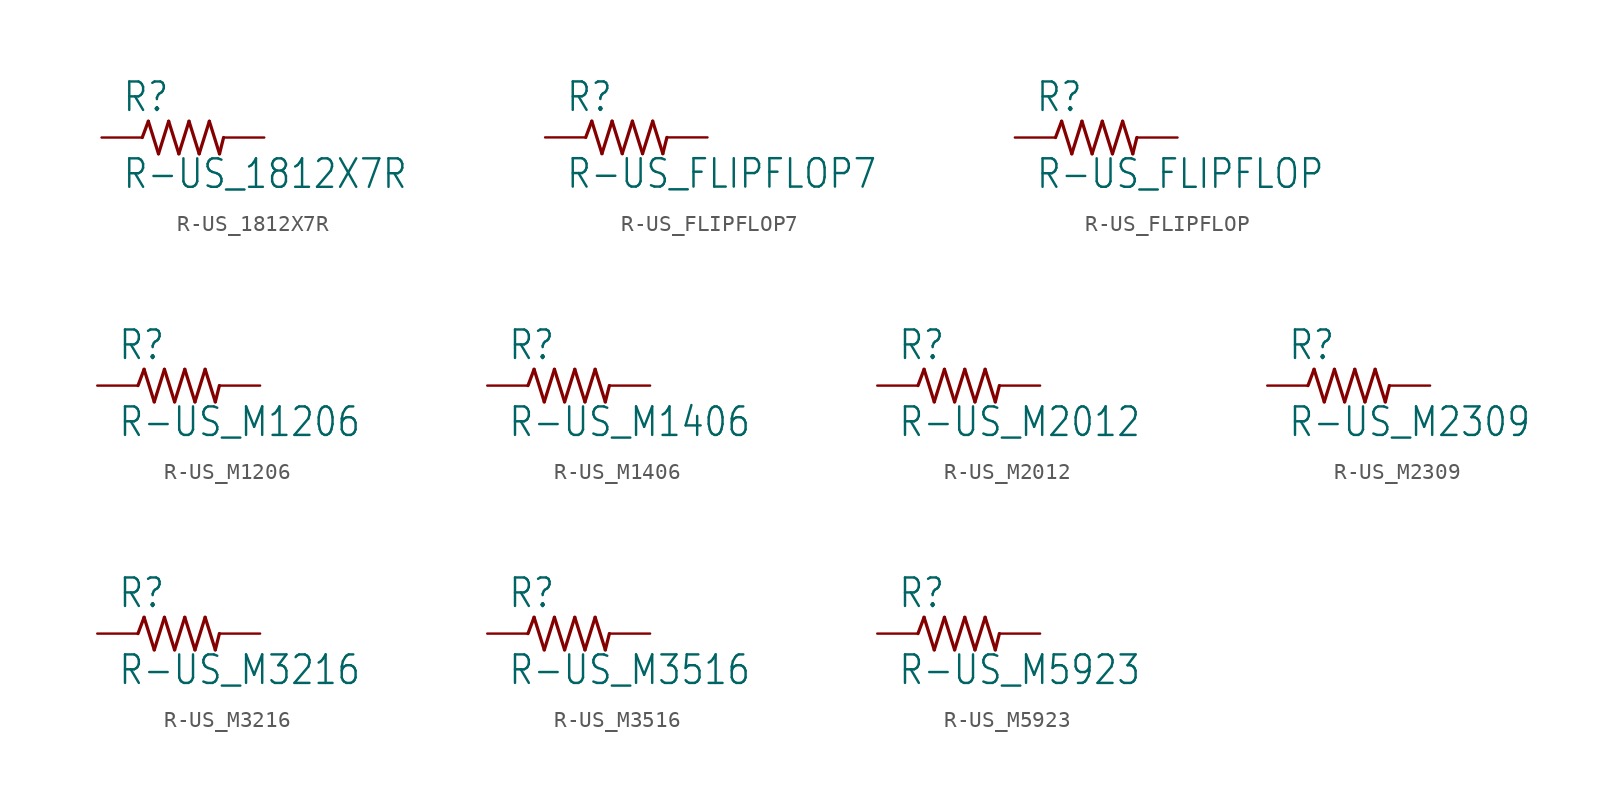
<source format=kicad_sym>
(kicad_symbol_lib
  (version 20220331)
  (generator kicad_symbol_editor)
  (symbol "R-US_1812X7R"
    (property "Reference" "R"
      (at -3.81 1.499 0)
      (effects (font (size 1.778 1.511)) (justify left bottom)))
    (property "Value" "R-US_1812X7R"
      (at -3.81 -3.302 0)
      (effects (font (size 1.778 1.511)) (justify left bottom)))
    (property "ki_locked" ""
      (at 0 0 0)
      (effects (font (size 1.27 1.27))))
    (symbol "R-US_1812X7R_1_0"
      (polyline (pts (xy -2.54 0) (xy -2.159 1.016)) (stroke (width 0.203) (type solid)) (fill (type none)))
      (polyline (pts (xy -2.159 1.016) (xy -1.524 -1.016)) (stroke (width 0.203) (type solid)) (fill (type none)))
      (polyline (pts (xy -1.524 -1.016) (xy -0.889 1.016)) (stroke (width 0.203) (type solid)) (fill (type none)))
      (polyline (pts (xy -0.889 1.016) (xy -0.254 -1.016)) (stroke (width 0.203) (type solid)) (fill (type none)))
      (polyline (pts (xy -0.254 -1.016) (xy 0.381 1.016)) (stroke (width 0.203) (type solid)) (fill (type none)))
      (polyline (pts (xy 0.381 1.016) (xy 1.016 -1.016)) (stroke (width 0.203) (type solid)) (fill (type none)))
      (polyline (pts (xy 1.016 -1.016) (xy 1.651 1.016)) (stroke (width 0.203) (type solid)) (fill (type none)))
      (polyline (pts (xy 1.651 1.016) (xy 2.286 -1.016)) (stroke (width 0.203) (type solid)) (fill (type none)))
      (polyline (pts (xy 2.286 -1.016) (xy 2.54 0)) (stroke (width 0.203) (type solid)) (fill (type none)))
      (pin passive line (at -5.08 0 0) (length 2.54) (name "1" (effects (font (size 0 0)))) (number "1" (effects (font (size 0 0)))))
      (pin passive line (at 5.08 0 180) (length 2.54) (name "2" (effects (font (size 0 0)))) (number "2" (effects (font (size 0 0)))))))
  (symbol "R-US_FLIPFLOP7"
    (property "Reference" "R"
      (at -3.81 1.499 0)
      (effects (font (size 1.778 1.511)) (justify left bottom)))
    (property "Value" "R-US_FLIPFLOP7"
      (at -3.81 -3.302 0)
      (effects (font (size 1.778 1.511)) (justify left bottom)))
    (property "ki_locked" ""
      (at 0 0 0)
      (effects (font (size 1.27 1.27))))
    (symbol "R-US_FLIPFLOP7_1_0"
      (polyline (pts (xy -2.54 0) (xy -2.159 1.016)) (stroke (width 0.203) (type solid)) (fill (type none)))
      (polyline (pts (xy -2.159 1.016) (xy -1.524 -1.016)) (stroke (width 0.203) (type solid)) (fill (type none)))
      (polyline (pts (xy -1.524 -1.016) (xy -0.889 1.016)) (stroke (width 0.203) (type solid)) (fill (type none)))
      (polyline (pts (xy -0.889 1.016) (xy -0.254 -1.016)) (stroke (width 0.203) (type solid)) (fill (type none)))
      (polyline (pts (xy -0.254 -1.016) (xy 0.381 1.016)) (stroke (width 0.203) (type solid)) (fill (type none)))
      (polyline (pts (xy 0.381 1.016) (xy 1.016 -1.016)) (stroke (width 0.203) (type solid)) (fill (type none)))
      (polyline (pts (xy 1.016 -1.016) (xy 1.651 1.016)) (stroke (width 0.203) (type solid)) (fill (type none)))
      (polyline (pts (xy 1.651 1.016) (xy 2.286 -1.016)) (stroke (width 0.203) (type solid)) (fill (type none)))
      (polyline (pts (xy 2.286 -1.016) (xy 2.54 0)) (stroke (width 0.203) (type solid)) (fill (type none)))
      (pin passive line (at -5.08 0 0) (length 2.54) (name "1" (effects (font (size 0 0)))) (number "1" (effects (font (size 0 0)))))
      (pin passive line (at 5.08 0 180) (length 2.54) (name "2" (effects (font (size 0 0)))) (number "2" (effects (font (size 0 0)))))))
  (symbol "R-US_FLIPFLOP"
    (property "Reference" "R"
      (at -3.81 1.499 0)
      (effects (font (size 1.778 1.511)) (justify left bottom)))
    (property "Value" "R-US_FLIPFLOP"
      (at -3.81 -3.302 0)
      (effects (font (size 1.778 1.511)) (justify left bottom)))
    (property "ki_locked" ""
      (at 0 0 0)
      (effects (font (size 1.27 1.27))))
    (symbol "R-US_FLIPFLOP_1_0"
      (polyline (pts (xy -2.54 0) (xy -2.159 1.016)) (stroke (width 0.203) (type solid)) (fill (type none)))
      (polyline (pts (xy -2.159 1.016) (xy -1.524 -1.016)) (stroke (width 0.203) (type solid)) (fill (type none)))
      (polyline (pts (xy -1.524 -1.016) (xy -0.889 1.016)) (stroke (width 0.203) (type solid)) (fill (type none)))
      (polyline (pts (xy -0.889 1.016) (xy -0.254 -1.016)) (stroke (width 0.203) (type solid)) (fill (type none)))
      (polyline (pts (xy -0.254 -1.016) (xy 0.381 1.016)) (stroke (width 0.203) (type solid)) (fill (type none)))
      (polyline (pts (xy 0.381 1.016) (xy 1.016 -1.016)) (stroke (width 0.203) (type solid)) (fill (type none)))
      (polyline (pts (xy 1.016 -1.016) (xy 1.651 1.016)) (stroke (width 0.203) (type solid)) (fill (type none)))
      (polyline (pts (xy 1.651 1.016) (xy 2.286 -1.016)) (stroke (width 0.203) (type solid)) (fill (type none)))
      (polyline (pts (xy 2.286 -1.016) (xy 2.54 0)) (stroke (width 0.203) (type solid)) (fill (type none)))
      (pin passive line (at -5.08 0 0) (length 2.54) (name "1" (effects (font (size 0 0)))) (number "1" (effects (font (size 0 0)))))
      (pin passive line (at 5.08 0 180) (length 2.54) (name "2" (effects (font (size 0 0)))) (number "2" (effects (font (size 0 0)))))))
  (symbol "R-US_M1206"
    (property "Reference" "R"
      (at -3.81 1.499 0)
      (effects (font (size 1.778 1.511)) (justify left bottom)))
    (property "Value" "R-US_M1206"
      (at -3.81 -3.302 0)
      (effects (font (size 1.778 1.511)) (justify left bottom)))
    (property "ki_locked" ""
      (at 0 0 0)
      (effects (font (size 1.27 1.27))))
    (symbol "R-US_M1206_1_0"
      (polyline (pts (xy -2.54 0) (xy -2.159 1.016)) (stroke (width 0.203) (type solid)) (fill (type none)))
      (polyline (pts (xy -2.159 1.016) (xy -1.524 -1.016)) (stroke (width 0.203) (type solid)) (fill (type none)))
      (polyline (pts (xy -1.524 -1.016) (xy -0.889 1.016)) (stroke (width 0.203) (type solid)) (fill (type none)))
      (polyline (pts (xy -0.889 1.016) (xy -0.254 -1.016)) (stroke (width 0.203) (type solid)) (fill (type none)))
      (polyline (pts (xy -0.254 -1.016) (xy 0.381 1.016)) (stroke (width 0.203) (type solid)) (fill (type none)))
      (polyline (pts (xy 0.381 1.016) (xy 1.016 -1.016)) (stroke (width 0.203) (type solid)) (fill (type none)))
      (polyline (pts (xy 1.016 -1.016) (xy 1.651 1.016)) (stroke (width 0.203) (type solid)) (fill (type none)))
      (polyline (pts (xy 1.651 1.016) (xy 2.286 -1.016)) (stroke (width 0.203) (type solid)) (fill (type none)))
      (polyline (pts (xy 2.286 -1.016) (xy 2.54 0)) (stroke (width 0.203) (type solid)) (fill (type none)))
      (pin passive line (at -5.08 0 0) (length 2.54) (name "1" (effects (font (size 0 0)))) (number "1" (effects (font (size 0 0)))))
      (pin passive line (at 5.08 0 180) (length 2.54) (name "2" (effects (font (size 0 0)))) (number "2" (effects (font (size 0 0)))))))
  (symbol "R-US_M1406"
    (property "Reference" "R"
      (at -3.81 1.499 0)
      (effects (font (size 1.778 1.511)) (justify left bottom)))
    (property "Value" "R-US_M1406"
      (at -3.81 -3.302 0)
      (effects (font (size 1.778 1.511)) (justify left bottom)))
    (property "ki_locked" ""
      (at 0 0 0)
      (effects (font (size 1.27 1.27))))
    (symbol "R-US_M1406_1_0"
      (polyline (pts (xy -2.54 0) (xy -2.159 1.016)) (stroke (width 0.203) (type solid)) (fill (type none)))
      (polyline (pts (xy -2.159 1.016) (xy -1.524 -1.016)) (stroke (width 0.203) (type solid)) (fill (type none)))
      (polyline (pts (xy -1.524 -1.016) (xy -0.889 1.016)) (stroke (width 0.203) (type solid)) (fill (type none)))
      (polyline (pts (xy -0.889 1.016) (xy -0.254 -1.016)) (stroke (width 0.203) (type solid)) (fill (type none)))
      (polyline (pts (xy -0.254 -1.016) (xy 0.381 1.016)) (stroke (width 0.203) (type solid)) (fill (type none)))
      (polyline (pts (xy 0.381 1.016) (xy 1.016 -1.016)) (stroke (width 0.203) (type solid)) (fill (type none)))
      (polyline (pts (xy 1.016 -1.016) (xy 1.651 1.016)) (stroke (width 0.203) (type solid)) (fill (type none)))
      (polyline (pts (xy 1.651 1.016) (xy 2.286 -1.016)) (stroke (width 0.203) (type solid)) (fill (type none)))
      (polyline (pts (xy 2.286 -1.016) (xy 2.54 0)) (stroke (width 0.203) (type solid)) (fill (type none)))
      (pin passive line (at -5.08 0 0) (length 2.54) (name "1" (effects (font (size 0 0)))) (number "1" (effects (font (size 0 0)))))
      (pin passive line (at 5.08 0 180) (length 2.54) (name "2" (effects (font (size 0 0)))) (number "2" (effects (font (size 0 0)))))))
  (symbol "R-US_M2012"
    (property "Reference" "R"
      (at -3.81 1.499 0)
      (effects (font (size 1.778 1.511)) (justify left bottom)))
    (property "Value" "R-US_M2012"
      (at -3.81 -3.302 0)
      (effects (font (size 1.778 1.511)) (justify left bottom)))
    (property "ki_locked" ""
      (at 0 0 0)
      (effects (font (size 1.27 1.27))))
    (symbol "R-US_M2012_1_0"
      (polyline (pts (xy -2.54 0) (xy -2.159 1.016)) (stroke (width 0.203) (type solid)) (fill (type none)))
      (polyline (pts (xy -2.159 1.016) (xy -1.524 -1.016)) (stroke (width 0.203) (type solid)) (fill (type none)))
      (polyline (pts (xy -1.524 -1.016) (xy -0.889 1.016)) (stroke (width 0.203) (type solid)) (fill (type none)))
      (polyline (pts (xy -0.889 1.016) (xy -0.254 -1.016)) (stroke (width 0.203) (type solid)) (fill (type none)))
      (polyline (pts (xy -0.254 -1.016) (xy 0.381 1.016)) (stroke (width 0.203) (type solid)) (fill (type none)))
      (polyline (pts (xy 0.381 1.016) (xy 1.016 -1.016)) (stroke (width 0.203) (type solid)) (fill (type none)))
      (polyline (pts (xy 1.016 -1.016) (xy 1.651 1.016)) (stroke (width 0.203) (type solid)) (fill (type none)))
      (polyline (pts (xy 1.651 1.016) (xy 2.286 -1.016)) (stroke (width 0.203) (type solid)) (fill (type none)))
      (polyline (pts (xy 2.286 -1.016) (xy 2.54 0)) (stroke (width 0.203) (type solid)) (fill (type none)))
      (pin passive line (at -5.08 0 0) (length 2.54) (name "1" (effects (font (size 0 0)))) (number "1" (effects (font (size 0 0)))))
      (pin passive line (at 5.08 0 180) (length 2.54) (name "2" (effects (font (size 0 0)))) (number "2" (effects (font (size 0 0)))))))
  (symbol "R-US_M2309"
    (property "Reference" "R"
      (at -3.81 1.499 0)
      (effects (font (size 1.778 1.511)) (justify left bottom)))
    (property "Value" "R-US_M2309"
      (at -3.81 -3.302 0)
      (effects (font (size 1.778 1.511)) (justify left bottom)))
    (property "ki_locked" ""
      (at 0 0 0)
      (effects (font (size 1.27 1.27))))
    (symbol "R-US_M2309_1_0"
      (polyline (pts (xy -2.54 0) (xy -2.159 1.016)) (stroke (width 0.203) (type solid)) (fill (type none)))
      (polyline (pts (xy -2.159 1.016) (xy -1.524 -1.016)) (stroke (width 0.203) (type solid)) (fill (type none)))
      (polyline (pts (xy -1.524 -1.016) (xy -0.889 1.016)) (stroke (width 0.203) (type solid)) (fill (type none)))
      (polyline (pts (xy -0.889 1.016) (xy -0.254 -1.016)) (stroke (width 0.203) (type solid)) (fill (type none)))
      (polyline (pts (xy -0.254 -1.016) (xy 0.381 1.016)) (stroke (width 0.203) (type solid)) (fill (type none)))
      (polyline (pts (xy 0.381 1.016) (xy 1.016 -1.016)) (stroke (width 0.203) (type solid)) (fill (type none)))
      (polyline (pts (xy 1.016 -1.016) (xy 1.651 1.016)) (stroke (width 0.203) (type solid)) (fill (type none)))
      (polyline (pts (xy 1.651 1.016) (xy 2.286 -1.016)) (stroke (width 0.203) (type solid)) (fill (type none)))
      (polyline (pts (xy 2.286 -1.016) (xy 2.54 0)) (stroke (width 0.203) (type solid)) (fill (type none)))
      (pin passive line (at -5.08 0 0) (length 2.54) (name "1" (effects (font (size 0 0)))) (number "1" (effects (font (size 0 0)))))
      (pin passive line (at 5.08 0 180) (length 2.54) (name "2" (effects (font (size 0 0)))) (number "2" (effects (font (size 0 0)))))))
  (symbol "R-US_M3216"
    (property "Reference" "R"
      (at -3.81 1.499 0)
      (effects (font (size 1.778 1.511)) (justify left bottom)))
    (property "Value" "R-US_M3216"
      (at -3.81 -3.302 0)
      (effects (font (size 1.778 1.511)) (justify left bottom)))
    (property "ki_locked" ""
      (at 0 0 0)
      (effects (font (size 1.27 1.27))))
    (symbol "R-US_M3216_1_0"
      (polyline (pts (xy -2.54 0) (xy -2.159 1.016)) (stroke (width 0.203) (type solid)) (fill (type none)))
      (polyline (pts (xy -2.159 1.016) (xy -1.524 -1.016)) (stroke (width 0.203) (type solid)) (fill (type none)))
      (polyline (pts (xy -1.524 -1.016) (xy -0.889 1.016)) (stroke (width 0.203) (type solid)) (fill (type none)))
      (polyline (pts (xy -0.889 1.016) (xy -0.254 -1.016)) (stroke (width 0.203) (type solid)) (fill (type none)))
      (polyline (pts (xy -0.254 -1.016) (xy 0.381 1.016)) (stroke (width 0.203) (type solid)) (fill (type none)))
      (polyline (pts (xy 0.381 1.016) (xy 1.016 -1.016)) (stroke (width 0.203) (type solid)) (fill (type none)))
      (polyline (pts (xy 1.016 -1.016) (xy 1.651 1.016)) (stroke (width 0.203) (type solid)) (fill (type none)))
      (polyline (pts (xy 1.651 1.016) (xy 2.286 -1.016)) (stroke (width 0.203) (type solid)) (fill (type none)))
      (polyline (pts (xy 2.286 -1.016) (xy 2.54 0)) (stroke (width 0.203) (type solid)) (fill (type none)))
      (pin passive line (at -5.08 0 0) (length 2.54) (name "1" (effects (font (size 0 0)))) (number "1" (effects (font (size 0 0)))))
      (pin passive line (at 5.08 0 180) (length 2.54) (name "2" (effects (font (size 0 0)))) (number "2" (effects (font (size 0 0)))))))
  (symbol "R-US_M3516"
    (property "Reference" "R"
      (at -3.81 1.499 0)
      (effects (font (size 1.778 1.511)) (justify left bottom)))
    (property "Value" "R-US_M3516"
      (at -3.81 -3.302 0)
      (effects (font (size 1.778 1.511)) (justify left bottom)))
    (property "ki_locked" ""
      (at 0 0 0)
      (effects (font (size 1.27 1.27))))
    (symbol "R-US_M3516_1_0"
      (polyline (pts (xy -2.54 0) (xy -2.159 1.016)) (stroke (width 0.203) (type solid)) (fill (type none)))
      (polyline (pts (xy -2.159 1.016) (xy -1.524 -1.016)) (stroke (width 0.203) (type solid)) (fill (type none)))
      (polyline (pts (xy -1.524 -1.016) (xy -0.889 1.016)) (stroke (width 0.203) (type solid)) (fill (type none)))
      (polyline (pts (xy -0.889 1.016) (xy -0.254 -1.016)) (stroke (width 0.203) (type solid)) (fill (type none)))
      (polyline (pts (xy -0.254 -1.016) (xy 0.381 1.016)) (stroke (width 0.203) (type solid)) (fill (type none)))
      (polyline (pts (xy 0.381 1.016) (xy 1.016 -1.016)) (stroke (width 0.203) (type solid)) (fill (type none)))
      (polyline (pts (xy 1.016 -1.016) (xy 1.651 1.016)) (stroke (width 0.203) (type solid)) (fill (type none)))
      (polyline (pts (xy 1.651 1.016) (xy 2.286 -1.016)) (stroke (width 0.203) (type solid)) (fill (type none)))
      (polyline (pts (xy 2.286 -1.016) (xy 2.54 0)) (stroke (width 0.203) (type solid)) (fill (type none)))
      (pin passive line (at -5.08 0 0) (length 2.54) (name "1" (effects (font (size 0 0)))) (number "1" (effects (font (size 0 0)))))
      (pin passive line (at 5.08 0 180) (length 2.54) (name "2" (effects (font (size 0 0)))) (number "2" (effects (font (size 0 0)))))))
  (symbol "R-US_M5923"
    (property "Reference" "R"
      (at -3.81 1.499 0)
      (effects (font (size 1.778 1.511)) (justify left bottom)))
    (property "Value" "R-US_M5923"
      (at -3.81 -3.302 0)
      (effects (font (size 1.778 1.511)) (justify left bottom)))
    (property "ki_locked" ""
      (at 0 0 0)
      (effects (font (size 1.27 1.27))))
    (symbol "R-US_M5923_1_0"
      (polyline (pts (xy -2.54 0) (xy -2.159 1.016)) (stroke (width 0.203) (type solid)) (fill (type none)))
      (polyline (pts (xy -2.159 1.016) (xy -1.524 -1.016)) (stroke (width 0.203) (type solid)) (fill (type none)))
      (polyline (pts (xy -1.524 -1.016) (xy -0.889 1.016)) (stroke (width 0.203) (type solid)) (fill (type none)))
      (polyline (pts (xy -0.889 1.016) (xy -0.254 -1.016)) (stroke (width 0.203) (type solid)) (fill (type none)))
      (polyline (pts (xy -0.254 -1.016) (xy 0.381 1.016)) (stroke (width 0.203) (type solid)) (fill (type none)))
      (polyline (pts (xy 0.381 1.016) (xy 1.016 -1.016)) (stroke (width 0.203) (type solid)) (fill (type none)))
      (polyline (pts (xy 1.016 -1.016) (xy 1.651 1.016)) (stroke (width 0.203) (type solid)) (fill (type none)))
      (polyline (pts (xy 1.651 1.016) (xy 2.286 -1.016)) (stroke (width 0.203) (type solid)) (fill (type none)))
      (polyline (pts (xy 2.286 -1.016) (xy 2.54 0)) (stroke (width 0.203) (type solid)) (fill (type none)))
      (pin passive line (at -5.08 0 0) (length 2.54) (name "1" (effects (font (size 0 0)))) (number "1" (effects (font (size 0 0)))))
      (pin passive line (at 5.08 0 180) (length 2.54) (name "2" (effects (font (size 0 0)))) (number "2" (effects (font (size 0 0))))))))
</source>
